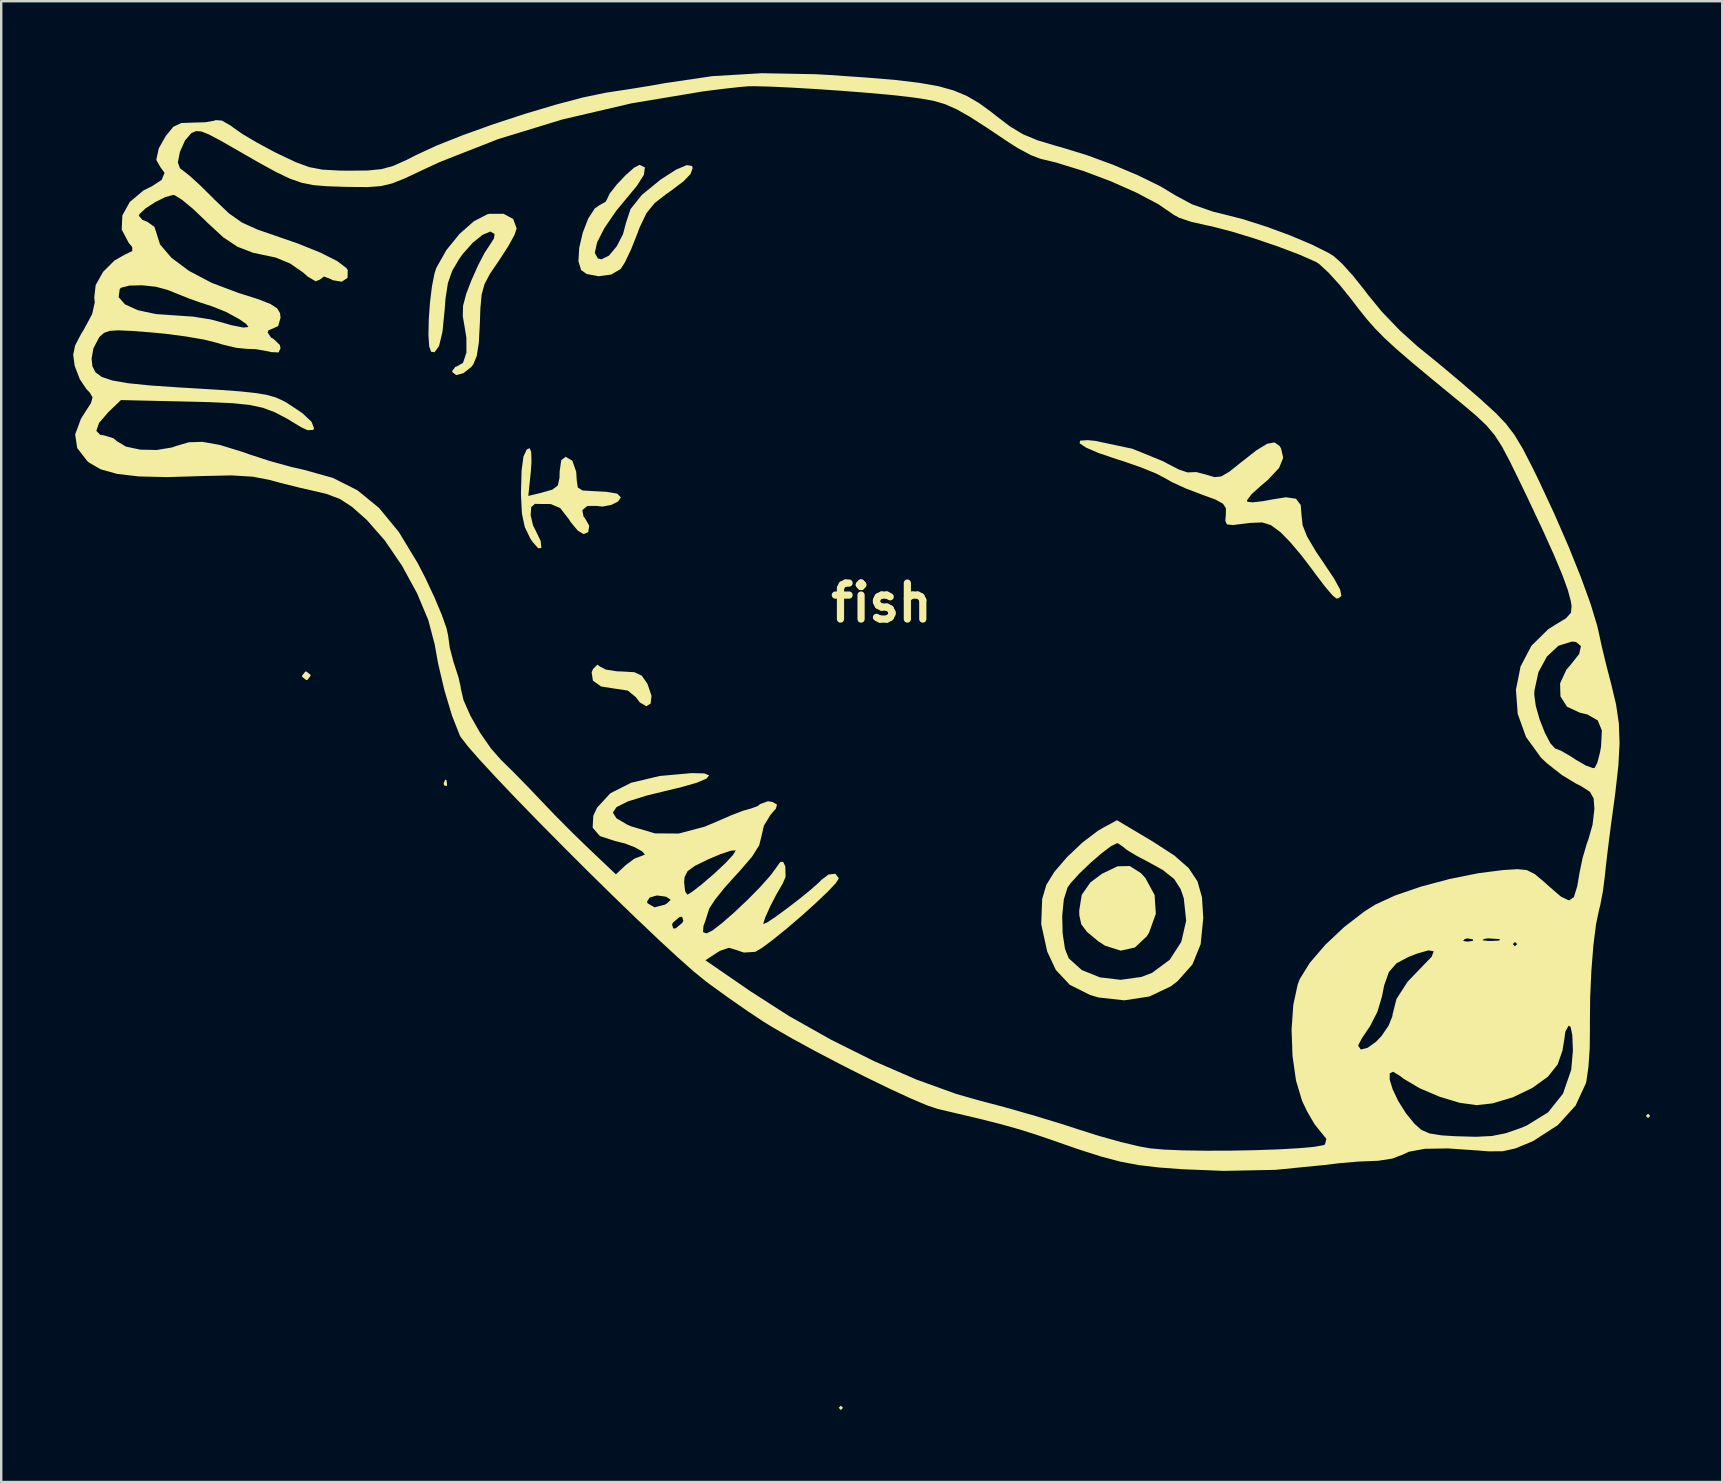
<source format=kicad_pcb>
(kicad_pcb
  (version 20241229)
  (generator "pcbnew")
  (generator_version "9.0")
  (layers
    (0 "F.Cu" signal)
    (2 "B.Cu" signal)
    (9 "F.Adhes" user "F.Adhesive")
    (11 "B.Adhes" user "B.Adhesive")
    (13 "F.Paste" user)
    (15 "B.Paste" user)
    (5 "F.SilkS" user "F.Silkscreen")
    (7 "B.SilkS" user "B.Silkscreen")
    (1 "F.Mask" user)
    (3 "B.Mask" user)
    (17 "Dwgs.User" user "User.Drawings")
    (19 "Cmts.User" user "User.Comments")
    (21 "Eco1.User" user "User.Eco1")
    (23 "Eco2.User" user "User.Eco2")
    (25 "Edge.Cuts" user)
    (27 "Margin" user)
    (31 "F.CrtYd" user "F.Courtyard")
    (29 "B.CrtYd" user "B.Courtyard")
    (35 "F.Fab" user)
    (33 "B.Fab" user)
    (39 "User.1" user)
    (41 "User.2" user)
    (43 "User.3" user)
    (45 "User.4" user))
  (footprint "fish"
    (layer "F.Cu")
    (at 33.679 22.062)
    (property "Reference" "fish" (at 0 0 0) (layer "F.SilkS") (effects (font (size 1.5 1.5) (thickness 0.3))))
    (attr board_only exclude_from_pos_files exclude_from_bom)
    (fp_poly (pts (xy -1.61 33.539) (xy -1.699 33.628) (xy -1.789 33.539) (xy -1.699 33.449)) (stroke (width 0) (type solid)) (fill yes) (layer "F.SilkS"))
    (fp_poly (pts (xy 32.018 21.375) (xy 31.929 21.465) (xy 31.839 21.375) (xy 31.929 21.286)) (stroke (width 0) (type solid)) (fill yes) (layer "F.SilkS"))
    (fp_poly (pts (xy -18.126 7.393) (xy -18.104 7.606) (xy -18.126 7.632) (xy -18.232 7.607) (xy -18.245 7.513) (xy -18.18 7.365)) (stroke (width 0) (type solid)) (fill yes) (layer "F.SilkS"))
    (fp_poly (pts (xy -23.795 2.998) (xy -23.79 3.041) (xy -23.926 3.215) (xy -23.969 3.22) (xy -24.143 3.084) (xy -24.148 3.041) (xy -24.012 2.867) (xy -23.969 2.862)) (stroke (width 0) (type solid)) (fill yes) (layer "F.SilkS"))
    (fp_poly (pts (xy 10.803 11.264) (xy 10.985 11.462) (xy 11.371 12.174) (xy 11.423 12.956) (xy 11.14 13.746) (xy 11.045 13.895) (xy 10.553 14.36) (xy 9.96 14.492) (xy 9.305 14.286) (xy 9.013 14.092) (xy 8.552 13.708) (xy 8.318 13.394) (xy 8.237 13.029) (xy 8.231 12.822) (xy 8.336 12.168) (xy 8.697 11.649) (xy 9.186 11.285) (xy 9.828 10.978) (xy 10.34 10.968)) (stroke (width 0) (type solid)) (fill yes) (layer "F.SilkS"))
    (fp_poly (pts (xy -11.73 2.66) (xy -11.489 2.783) (xy -11.03 2.855) (xy -10.816 2.862) (xy -10.298 2.893) (xy -9.996 3.033) (xy -9.772 3.353) (xy -9.746 3.404) (xy -9.587 3.879) (xy -9.624 4.2) (xy -9.804 4.31) (xy -10.075 4.15) (xy -10.237 3.935) (xy -10.576 3.657) (xy -11.111 3.577) (xy -11.688 3.487) (xy -12.028 3.244) (xy -12.081 2.896) (xy -12.023 2.759) (xy -11.841 2.577)) (stroke (width 0) (type solid)) (fill yes) (layer "F.SilkS"))
    (fp_poly (pts (xy -9.863 -18.135) (xy -9.903 -17.83) (xy -10.195 -17.37) (xy -10.378 -17.151) (xy -11.051 -16.338) (xy -11.548 -15.613) (xy -11.853 -15.014) (xy -11.95 -14.578) (xy -11.821 -14.342) (xy -11.665 -14.31) (xy -11.358 -14.464) (xy -11.036 -14.851) (xy -10.774 -15.356) (xy -10.653 -15.818) (xy -10.461 -16.401) (xy -9.991 -16.991) (xy -9.21 -17.629) (xy -9.192 -17.642) (xy -8.566 -18.043) (xy -8.123 -18.232) (xy -7.896 -18.199) (xy -7.873 -18.111) (xy -7.961 -17.863) (xy -8.25 -17.561) (xy -8.79 -17.154) (xy -8.961 -17.036) (xy -9.459 -16.65) (xy -9.798 -16.231) (xy -10.077 -15.647) (xy -10.189 -15.349) (xy -10.44 -14.717) (xy -10.692 -14.19) (xy -10.87 -13.907) (xy -11.267 -13.674) (xy -11.794 -13.603) (xy -12.288 -13.698) (xy -12.52 -13.861) (xy -12.632 -14.231) (xy -12.598 -14.79) (xy -12.451 -15.42) (xy -12.225 -16.005) (xy -11.951 -16.428) (xy -11.761 -16.56) (xy -11.497 -16.708) (xy -11.448 -16.797) (xy -11.328 -17.05) (xy -11.034 -17.424) (xy -10.663 -17.817) (xy -10.313 -18.125) (xy -10.084 -18.245)) (stroke (width 0) (type solid)) (fill yes) (layer "F.SilkS"))
    (fp_poly (pts (xy -14.598 -6.279) (xy -14.588 -5.864) (xy -14.617 -5.446) (xy -14.72 -4.452) (xy -14.202 -4.576) (xy -13.718 -4.713) (xy -13.489 -4.887) (xy -13.42 -5.206) (xy -13.415 -5.466) (xy -13.348 -5.937) (xy -13.166 -6.082) (xy -12.885 -5.918) (xy -12.726 -5.462) (xy -12.7 -5.083) (xy -12.657 -4.802) (xy -12.462 -4.679) (xy -12.014 -4.651) (xy -11.999 -4.651) (xy -11.467 -4.623) (xy -11.056 -4.555) (xy -11.007 -4.539) (xy -10.864 -4.392) (xy -10.98 -4.22) (xy -11.266 -4.075) (xy -11.632 -4.009) (xy -11.868 -4.034) (xy -12.26 -4.034) (xy -12.47 -3.86) (xy -12.419 -3.592) (xy -12.362 -3.526) (xy -12.181 -3.21) (xy -12.223 -2.946) (xy -12.414 -2.862) (xy -12.656 -3.004) (xy -12.951 -3.357) (xy -13.034 -3.488) (xy -13.39 -3.945) (xy -13.776 -4.11) (xy -13.857 -4.114) (xy -14.253 -4.117) (xy -14.444 -4.121) (xy -14.598 -3.988) (xy -14.623 -3.649) (xy -14.525 -3.229) (xy -14.394 -2.968) (xy -14.205 -2.574) (xy -14.176 -2.286) (xy -14.305 -2.269) (xy -14.539 -2.53) (xy -14.639 -2.683) (xy -14.866 -3.153) (xy -14.985 -3.709) (xy -15.024 -4.478) (xy -15.025 -4.591) (xy -15 -5.504) (xy -14.922 -6.094) (xy -14.783 -6.39) (xy -14.661 -6.439)) (stroke (width 0) (type solid)) (fill yes) (layer "F.SilkS"))
    (fp_poly (pts (xy 11.297 9.948) (xy 12.186 10.523) (xy 12.79 11.051) (xy 13.16 11.608) (xy 13.346 12.272) (xy 13.398 13.118) (xy 13.398 13.147) (xy 13.291 14.221) (xy 12.946 15.069) (xy 12.331 15.761) (xy 12.043 15.981) (xy 11.149 16.404) (xy 10.11 16.562) (xy 9.035 16.443) (xy 8.683 16.339) (xy 7.84 15.916) (xy 7.255 15.293) (xy 6.896 14.524) (xy 6.649 13.394) (xy 6.662 13.038) (xy 7.523 13.038) (xy 7.54 13.77) (xy 7.638 14.417) (xy 7.795 14.812) (xy 8.338 15.3) (xy 9.093 15.605) (xy 9.955 15.707) (xy 10.819 15.588) (xy 11.263 15.419) (xy 12.001 14.873) (xy 12.484 14.125) (xy 12.687 13.245) (xy 12.587 12.305) (xy 12.459 11.932) (xy 12.188 11.51) (xy 11.709 11.129) (xy 11.162 10.826) (xy 10.614 10.536) (xy 10.212 10.293) (xy 10.047 10.157) (xy 9.842 10.02) (xy 9.806 10.017) (xy 9.562 10.135) (xy 9.16 10.437) (xy 8.688 10.847) (xy 8.231 11.286) (xy 7.876 11.678) (xy 7.743 11.866) (xy 7.59 12.357) (xy 7.523 13.038) (xy 6.662 13.038) (xy 6.687 12.344) (xy 6.86 11.755) (xy 7.19 11.217) (xy 7.725 10.594) (xy 8.364 9.989) (xy 9.007 9.501) (xy 9.227 9.371) (xy 9.805 9.059)) (stroke (width 0) (type solid)) (fill yes) (layer "F.SilkS"))
    (fp_poly (pts (xy -15.349 -15.987) (xy -15.204 -15.593) (xy -15.302 -15.313) (xy -15.56 -14.845) (xy -15.923 -14.285) (xy -15.951 -14.245) (xy -16.319 -13.702) (xy -16.543 -13.277) (xy -16.663 -12.845) (xy -16.716 -12.277) (xy -16.737 -11.678) (xy -16.78 -10.843) (xy -16.866 -10.288) (xy -17.01 -9.935) (xy -17.092 -9.828) (xy -17.425 -9.565) (xy -17.725 -9.484) (xy -17.882 -9.609) (xy -17.887 -9.659) (xy -17.756 -9.833) (xy -17.715 -9.838) (xy -17.44 -9.996) (xy -17.297 -10.423) (xy -17.3 -11.051) (xy -17.36 -11.415) (xy -17.449 -11.94) (xy -17.438 -12.374) (xy -17.308 -12.865) (xy -17.093 -13.424) (xy -16.815 -14.052) (xy -16.542 -14.578) (xy -16.349 -14.867) (xy -16.149 -15.182) (xy -16.125 -15.367) (xy -16.302 -15.466) (xy -16.626 -15.328) (xy -17.031 -15.003) (xy -17.446 -14.539) (xy -17.598 -14.327) (xy -17.892 -13.826) (xy -18.069 -13.32) (xy -18.169 -12.672) (xy -18.206 -12.183) (xy -18.298 -11.278) (xy -18.44 -10.692) (xy -18.627 -10.438) (xy -18.771 -10.458) (xy -18.85 -10.683) (xy -18.88 -11.166) (xy -18.866 -11.809) (xy -18.815 -12.515) (xy -18.733 -13.187) (xy -18.625 -13.73) (xy -18.552 -13.952) (xy -18.132 -14.694) (xy -17.582 -15.37) (xy -16.987 -15.895) (xy -16.427 -16.185) (xy -16.347 -16.204) (xy -15.752 -16.206)) (stroke (width 0) (type solid)) (fill yes) (layer "F.SilkS"))
    (fp_poly (pts (xy 8.899 -6.745) (xy 10.446 -6.417) (xy 11.744 -5.888) (xy 11.913 -5.793) (xy 12.388 -5.55) (xy 12.742 -5.431) (xy 12.847 -5.436) (xy 13.109 -5.446) (xy 13.527 -5.337) (xy 13.55 -5.328) (xy 13.871 -5.234) (xy 14.144 -5.263) (xy 14.475 -5.454) (xy 14.962 -5.841) (xy 15.612 -6.351) (xy 16.063 -6.625) (xy 16.367 -6.681) (xy 16.574 -6.537) (xy 16.639 -6.433) (xy 16.729 -6.039) (xy 16.559 -5.62) (xy 16.099 -5.127) (xy 15.791 -4.867) (xy 15.421 -4.533) (xy 15.229 -4.285) (xy 15.225 -4.213) (xy 15.45 -4.183) (xy 15.895 -4.234) (xy 16.154 -4.285) (xy 16.843 -4.396) (xy 17.261 -4.335) (xy 17.459 -4.074) (xy 17.494 -3.64) (xy 17.538 -3.23) (xy 17.726 -2.756) (xy 18.093 -2.136) (xy 18.383 -1.707) (xy 18.848 -1.011) (xy 19.1 -0.551) (xy 19.153 -0.289) (xy 19.022 -0.185) (xy 18.94 -0.179) (xy 18.777 -0.315) (xy 18.471 -0.675) (xy 18.08 -1.189) (xy 17.975 -1.335) (xy 17.498 -1.963) (xy 17.015 -2.534) (xy 16.623 -2.934) (xy 16.595 -2.957) (xy 16.21 -3.239) (xy 15.848 -3.349) (xy 15.347 -3.327) (xy 15.16 -3.303) (xy 14.639 -3.24) (xy 14.387 -3.264) (xy 14.318 -3.413) (xy 14.339 -3.663) (xy 14.343 -3.936) (xy 14.223 -4.128) (xy 13.905 -4.301) (xy 13.326 -4.512) (xy 12.675 -4.761) (xy 12.101 -5.023) (xy 11.805 -5.193) (xy 11.433 -5.387) (xy 10.824 -5.633) (xy 10.089 -5.891) (xy 9.793 -5.984) (xy 9.035 -6.24) (xy 8.513 -6.467) (xy 8.249 -6.644) (xy 8.266 -6.754) (xy 8.586 -6.776)) (stroke (width 0) (type solid)) (fill yes) (layer "F.SilkS"))
    (fp_poly (pts (xy -2.739 -22.02) (xy -2.236 -21.991) (xy -0.679 -21.885) (xy 0.572 -21.78) (xy 1.568 -21.662) (xy 2.363 -21.521) (xy 3.006 -21.342) (xy 3.55 -21.114) (xy 4.047 -20.825) (xy 4.547 -20.461) (xy 4.74 -20.308) (xy 5.351 -19.843) (xy 5.891 -19.518) (xy 6.492 -19.268) (xy 7.287 -19.029) (xy 7.476 -18.978) (xy 8.525 -18.658) (xy 9.636 -18.249) (xy 10.704 -17.797) (xy 11.626 -17.344) (xy 12.256 -16.963) (xy 12.935 -16.599) (xy 13.803 -16.295) (xy 14.202 -16.198) (xy 15.057 -15.98) (xy 16.029 -15.669) (xy 17.015 -15.306) (xy 17.91 -14.929) (xy 18.61 -14.58) (xy 18.841 -14.436) (xy 19.183 -14.127) (xy 19.642 -13.619) (xy 20.129 -13.008) (xy 20.248 -12.847) (xy 20.845 -12.12) (xy 21.59 -11.344) (xy 22.333 -10.674) (xy 22.425 -10.6) (xy 23.178 -9.989) (xy 24.037 -9.27) (xy 24.843 -8.577) (xy 25.017 -8.423) (xy 25.579 -7.909) (xy 26.007 -7.461) (xy 26.364 -6.994) (xy 26.709 -6.42) (xy 27.104 -5.654) (xy 27.373 -5.104) (xy 28.025 -3.705) (xy 28.62 -2.338) (xy 29.131 -1.067) (xy 29.535 0.046) (xy 29.805 0.936) (xy 29.878 1.252) (xy 30.005 1.837) (xy 30.19 2.602) (xy 30.393 3.384) (xy 30.397 3.399) (xy 30.597 4.24) (xy 30.712 5.025) (xy 30.742 5.848) (xy 30.691 6.799) (xy 30.558 7.973) (xy 30.487 8.496) (xy 30.364 9.404) (xy 30.253 10.281) (xy 30.168 11.006) (xy 30.133 11.349) (xy 30.051 12.002) (xy 29.937 12.602) (xy 29.89 12.78) (xy 29.762 13.392) (xy 29.652 14.269) (xy 29.568 15.318) (xy 29.517 16.445) (xy 29.506 17.558) (xy 29.508 17.735) (xy 29.499 18.552) (xy 29.446 19.328) (xy 29.362 19.921) (xy 29.339 20.018) (xy 28.909 20.948) (xy 28.172 21.759) (xy 27.169 22.407) (xy 27.031 22.472) (xy 26.401 22.731) (xy 25.877 22.849) (xy 25.277 22.853) (xy 24.863 22.819) (xy 23.588 22.731) (xy 22.631 22.747) (xy 21.966 22.869) (xy 21.695 22.995) (xy 21.272 23.155) (xy 20.687 23.246) (xy 20.477 23.254) (xy 19.846 23.28) (xy 19.059 23.348) (xy 18.458 23.421) (xy 16.405 23.624) (xy 14.25 23.667) (xy 12.521 23.598) (xy 11.546 23.525) (xy 10.725 23.428) (xy 9.959 23.284) (xy 9.148 23.071) (xy 8.194 22.766) (xy 7.143 22.4) (xy 6.423 22.153) (xy 5.728 21.935) (xy 4.972 21.723) (xy 4.071 21.495) (xy 2.942 21.228) (xy 2.337 21.088) (xy 1.891 20.937) (xy 1.197 20.642) (xy 0.321 20.237) (xy -0.674 19.754) (xy -1.723 19.224) (xy -2.761 18.68) (xy -3.724 18.155) (xy -4.547 17.681) (xy -4.921 17.451) (xy -5.583 17.012) (xy -6.379 16.458) (xy -7.161 15.893) (xy -7.332 15.765) (xy -7.825 15.363) (xy -8.498 14.767) (xy -9.313 14.013) (xy -9.954 13.404) (xy -8.731 13.404) (xy -8.682 13.571) (xy -8.575 13.561) (xy -8.304 13.334) (xy -8.262 13.248) (xy -8.311 13.081) (xy -8.418 13.091) (xy -8.689 13.318) (xy -8.731 13.404) (xy -9.954 13.404) (xy -10.237 13.136) (xy -10.946 12.45) (xy -9.775 12.45) (xy -9.749 12.52) (xy -9.461 12.688) (xy -9.034 12.578) (xy -8.949 12.528) (xy -8.787 12.376) (xy -8.956 12.258) (xy -8.993 12.243) (xy -9.356 12.192) (xy -9.659 12.276) (xy -9.775 12.45) (xy -10.946 12.45) (xy -11.233 12.172) (xy -11.761 11.652) (xy -8.228 11.652) (xy -8.187 12.017) (xy -8.094 12.161) (xy -7.904 12.05) (xy -7.527 11.757) (xy -7.041 11.342) (xy -6.976 11.285) (xy -6.514 10.852) (xy -6.196 10.51) (xy -6.082 10.324) (xy -6.087 10.313) (xy -6.286 10.33) (xy -6.71 10.471) (xy -7.205 10.679) (xy -7.774 10.956) (xy -8.084 11.181) (xy -8.209 11.425) (xy -8.228 11.652) (xy -11.761 11.652) (xy -12.266 11.157) (xy -13.299 10.125) (xy -14.299 9.114) (xy -15.228 8.158) (xy -16.051 7.293) (xy -16.733 6.555) (xy -17.238 5.979) (xy -17.53 5.601) (xy -17.574 5.525) (xy -17.896 4.706) (xy -18.21 3.663) (xy -18.477 2.53) (xy -18.622 1.725) (xy -18.885 0.725) (xy -19.357 -0.401) (xy -19.981 -1.543) (xy -20.696 -2.594) (xy -21.442 -3.444) (xy -21.465 -3.466) (xy -22.061 -3.994) (xy -22.565 -4.323) (xy -23.114 -4.531) (xy -23.522 -4.63) (xy -24.297 -4.807) (xy -25.099 -5.009) (xy -25.49 -5.116) (xy -26.192 -5.253) (xy -27.083 -5.307) (xy -28.245 -5.282) (xy -28.263 -5.281) (xy -29.758 -5.236) (xy -30.942 -5.263) (xy -31.853 -5.37) (xy -32.532 -5.559) (xy -33.016 -5.838) (xy -33.098 -5.909) (xy -33.513 -6.448) (xy -33.598 -7.015) (xy -33.357 -7.664) (xy -33.2 -7.914) (xy -32.94 -8.318) (xy -32.873 -8.555) (xy -32.987 -8.755) (xy -33.124 -8.896) (xy -33.404 -9.313) (xy -33.611 -9.853) (xy -33.621 -9.897) (xy -33.659 -10.18) (xy -32.913 -10.18) (xy -32.88 -9.855) (xy -32.752 -9.602) (xy -32.489 -9.408) (xy -32.048 -9.26) (xy -31.388 -9.146) (xy -30.466 -9.053) (xy -29.241 -8.97) (xy -28.8 -8.944) (xy -27.613 -8.872) (xy -26.724 -8.807) (xy -26.071 -8.738) (xy -25.596 -8.656) (xy -25.238 -8.553) (xy -24.938 -8.418) (xy -24.768 -8.323) (xy -24.137 -7.905) (xy -23.751 -7.541) (xy -23.645 -7.271) (xy -23.683 -7.202) (xy -23.91 -7.19) (xy -24.169 -7.306) (xy -24.778 -7.675) (xy -25.292 -7.943) (xy -25.79 -8.127) (xy -26.35 -8.245) (xy -27.052 -8.316) (xy -27.974 -8.358) (xy -28.858 -8.381) (xy -31.691 -8.445) (xy -32.212 -7.945) (xy -32.603 -7.492) (xy -32.717 -7.163) (xy -32.547 -6.992) (xy -32.398 -6.976) (xy -32.006 -6.854) (xy -31.859 -6.732) (xy -31.481 -6.506) (xy -30.887 -6.38) (xy -30.205 -6.365) (xy -29.565 -6.47) (xy -29.386 -6.534) (xy -28.864 -6.687) (xy -28.287 -6.704) (xy -27.578 -6.577) (xy -26.657 -6.296) (xy -26.294 -6.168) (xy -25.486 -5.905) (xy -24.614 -5.664) (xy -24.058 -5.537) (xy -22.865 -5.204) (xy -21.84 -4.688) (xy -20.938 -3.951) (xy -20.115 -2.952) (xy -19.327 -1.652) (xy -19.005 -1.026) (xy -18.632 -0.23) (xy -18.327 0.495) (xy -18.125 1.065) (xy -18.058 1.377) (xy -17.991 1.875) (xy -17.835 2.47) (xy -17.793 2.594) (xy -17.629 3.105) (xy -17.537 3.504) (xy -17.531 3.577) (xy -17.417 4.061) (xy -17.13 4.709) (xy -16.729 5.415) (xy -16.274 6.071) (xy -15.868 6.532) (xy -15.342 7.05) (xy -14.72 7.685) (xy -14.201 8.231) (xy -13.6 8.858) (xy -12.885 9.577) (xy -12.208 10.235) (xy -12.179 10.262) (xy -11.071 11.313) (xy -10.666 10.933) (xy -10.3 10.66) (xy -10.005 10.548) (xy -9.861 10.489) (xy -9.979 10.354) (xy -10.283 10.185) (xy -10.698 10.026) (xy -11.109 9.924) (xy -11.738 9.718) (xy -12.039 9.369) (xy -12.013 8.876) (xy -11.852 8.532) (xy -11.302 7.936) (xy -10.435 7.498) (xy -9.25 7.216) (xy -7.918 7.096) (xy -7.387 7.108) (xy -7.187 7.19) (xy -7.297 7.325) (xy -7.701 7.497) (xy -8.381 7.691) (xy -8.64 7.751) (xy -9.779 8.028) (xy -10.576 8.277) (xy -11.044 8.511) (xy -11.197 8.742) (xy -11.047 8.979) (xy -10.609 9.236) (xy -10.447 9.309) (xy -9.447 9.606) (xy -8.45 9.613) (xy -7.372 9.327) (xy -6.887 9.123) (xy -6.277 8.857) (xy -5.779 8.665) (xy -5.495 8.586) (xy -5.487 8.586) (xy -5.164 8.47) (xy -5.056 8.383) (xy -4.735 8.267) (xy -4.546 8.299) (xy -4.359 8.407) (xy -4.404 8.573) (xy -4.624 8.826) (xy -4.904 9.282) (xy -5.008 9.731) (xy -5.101 10.105) (xy -5.401 10.58) (xy -5.944 11.211) (xy -6.056 11.329) (xy -6.55 11.879) (xy -6.944 12.372) (xy -7.172 12.723) (xy -7.198 12.789) (xy -7.345 13.255) (xy -7.422 13.46) (xy -7.442 13.721) (xy -7.289 13.773) (xy -7.048 13.652) (xy -6.634 13.332) (xy -6.116 12.878) (xy -5.564 12.355) (xy -5.046 11.827) (xy -4.631 11.36) (xy -4.43 11.09) (xy -4.223 10.798) (xy -4.105 10.792) (xy -4.013 10.98) (xy -4.002 11.419) (xy -4.119 11.695) (xy -4.386 12.151) (xy -4.642 12.649) (xy -4.839 13.084) (xy -4.926 13.349) (xy -4.921 13.383) (xy -4.763 13.313) (xy -4.408 13.076) (xy -3.937 12.731) (xy -3.429 12.34) (xy -2.964 11.962) (xy -2.62 11.659) (xy -2.513 11.548) (xy -2.211 11.319) (xy -1.928 11.289) (xy -1.791 11.468) (xy -1.79 11.493) (xy -1.92 11.692) (xy -2.266 12.057) (xy -2.765 12.53) (xy -3.35 13.056) (xy -3.959 13.577) (xy -4.527 14.037) (xy -4.988 14.379) (xy -5.264 14.542) (xy -5.742 14.572) (xy -6.01 14.479) (xy -6.364 14.372) (xy -6.733 14.499) (xy -6.869 14.583) (xy -7.342 14.893) (xy -5.465 16.185) (xy -3.852 17.22) (xy -2.103 18.205) (xy -0.306 19.1) (xy 1.454 19.864) (xy 3.09 20.456) (xy 4.03 20.725) (xy 5.126 21.014) (xy 6.347 21.362) (xy 7.513 21.717) (xy 8.139 21.921) (xy 9.051 22.209) (xy 9.963 22.464) (xy 10.753 22.652) (xy 11.18 22.728) (xy 11.78 22.781) (xy 12.587 22.814) (xy 13.533 22.827) (xy 14.552 22.824) (xy 15.578 22.804) (xy 16.542 22.77) (xy 17.378 22.723) (xy 18.02 22.665) (xy 18.401 22.597) (xy 18.469 22.565) (xy 18.528 22.334) (xy 18.299 22.053) (xy 18.03 21.714) (xy 17.719 21.177) (xy 17.516 20.749) (xy 17.263 19.905) (xy 17.258 19.868) (xy 21.166 19.868) (xy 21.291 20.272) (xy 21.522 20.758) (xy 21.844 21.269) (xy 22.2 21.706) (xy 22.485 21.958) (xy 22.827 22.108) (xy 23.335 22.188) (xy 23.88 22.222) (xy 24.766 22.247) (xy 25.427 22.213) (xy 25.995 22.1) (xy 26.6 21.891) (xy 26.873 21.779) (xy 27.764 21.229) (xy 28.386 20.449) (xy 28.729 19.454) (xy 28.799 18.651) (xy 28.773 18.01) (xy 28.702 17.664) (xy 28.62 17.619) (xy 28.483 17.865) (xy 28.441 18.184) (xy 28.363 18.656) (xy 28.174 19.198) (xy 28.152 19.247) (xy 27.755 19.746) (xy 27.103 20.214) (xy 26.301 20.601) (xy 25.45 20.855) (xy 24.782 20.928) (xy 24.082 20.831) (xy 23.242 20.577) (xy 22.413 20.224) (xy 21.741 19.826) (xy 21.61 19.722) (xy 21.309 19.536) (xy 21.167 19.603) (xy 21.166 19.868) (xy 17.258 19.868) (xy 17.117 18.876) (xy 17.102 18.459) (xy 19.855 18.459) (xy 19.965 18.612) (xy 20.242 18.542) (xy 20.601 18.284) (xy 20.823 18.052) (xy 21.123 17.612) (xy 21.279 17.217) (xy 21.286 17.149) (xy 21.448 16.506) (xy 21.913 15.785) (xy 22.527 15.146) (xy 22.916 14.743) (xy 22.999 14.519) (xy 22.783 14.479) (xy 22.271 14.626) (xy 21.94 14.757) (xy 21.444 15.024) (xy 21.131 15.385) (xy 20.935 15.94) (xy 20.847 16.394) (xy 20.653 17.041) (xy 20.339 17.654) (xy 20.289 17.726) (xy 20.016 18.129) (xy 19.865 18.414) (xy 19.855 18.459) (xy 17.102 18.459) (xy 17.078 17.784) (xy 17.15 16.749) (xy 17.336 15.893) (xy 17.421 15.672) (xy 17.837 15) (xy 18.482 14.25) (xy 18.513 14.22) (xy 26.294 14.22) (xy 26.384 14.31) (xy 26.473 14.22) (xy 26.384 14.131) (xy 26.294 14.22) (xy 18.513 14.22) (xy 18.654 14.088) (xy 24.225 14.088) (xy 24.401 14.117) (xy 24.633 14.084) (xy 24.634 14.06) (xy 25.031 14.06) (xy 25.279 14.088) (xy 25.4 14.089) (xy 25.725 14.071) (xy 25.764 14.024) (xy 25.713 14.008) (xy 25.259 13.98) (xy 25.087 14.008) (xy 25.031 14.06) (xy 24.634 14.06) (xy 24.636 14.023) (xy 24.397 13.98) (xy 24.293 14.009) (xy 24.225 14.088) (xy 18.654 14.088) (xy 19.27 13.508) (xy 20.112 12.859) (xy 20.57 12.572) (xy 21.392 12.193) (xy 22.457 11.828) (xy 23.653 11.509) (xy 24.867 11.265) (xy 25.871 11.137) (xy 26.476 11.097) (xy 26.876 11.135) (xy 27.211 11.302) (xy 27.62 11.646) (xy 27.807 11.817) (xy 28.307 12.246) (xy 28.634 12.401) (xy 28.841 12.26) (xy 28.981 11.801) (xy 29.068 11.284) (xy 29.204 10.624) (xy 29.39 9.997) (xy 29.442 9.861) (xy 29.617 9.246) (xy 29.693 8.597) (xy 29.693 8.58) (xy 29.662 8.15) (xy 29.509 7.877) (xy 29.146 7.64) (xy 28.927 7.532) (xy 28.335 7.172) (xy 27.717 6.686) (xy 27.474 6.457) (xy 26.845 5.592) (xy 26.498 4.624) (xy 26.441 3.839) (xy 27.189 3.839) (xy 27.252 4.301) (xy 27.413 4.862) (xy 27.63 5.414) (xy 27.859 5.853) (xy 28.059 6.073) (xy 28.095 6.082) (xy 28.324 6.175) (xy 28.722 6.408) (xy 28.901 6.526) (xy 29.328 6.777) (xy 29.638 6.888) (xy 29.704 6.88) (xy 29.817 6.662) (xy 29.931 6.218) (xy 29.971 5.986) (xy 30.005 5.319) (xy 29.832 4.899) (xy 29.406 4.655) (xy 29.078 4.575) (xy 28.555 4.332) (xy 28.279 3.898) (xy 28.264 3.357) (xy 28.525 2.791) (xy 28.709 2.577) (xy 29.062 2.13) (xy 29.133 1.801) (xy 28.922 1.63) (xy 28.754 1.616) (xy 28.197 1.789) (xy 27.715 2.24) (xy 27.362 2.89) (xy 27.195 3.659) (xy 27.189 3.839) (xy 26.441 3.839) (xy 26.425 3.622) (xy 26.618 2.654) (xy 27.071 1.789) (xy 27.777 1.096) (xy 28.058 0.92) (xy 28.513 0.644) (xy 28.718 0.415) (xy 28.742 0.125) (xy 28.712 -0.064) (xy 28.589 -0.525) (xy 28.36 -1.157) (xy 28.01 -1.993) (xy 27.525 -3.067) (xy 26.891 -4.411) (xy 26.625 -4.964) (xy 26.193 -5.848) (xy 25.854 -6.492) (xy 25.543 -6.979) (xy 25.197 -7.389) (xy 24.755 -7.806) (xy 24.154 -8.312) (xy 23.918 -8.505) (xy 22.872 -9.365) (xy 22.057 -10.044) (xy 21.429 -10.587) (xy 20.94 -11.038) (xy 20.545 -11.439) (xy 20.198 -11.835) (xy 19.851 -12.27) (xy 19.6 -12.601) (xy 19.098 -13.226) (xy 18.615 -13.758) (xy 18.226 -14.115) (xy 18.1 -14.198) (xy 17.42 -14.499) (xy 16.519 -14.84) (xy 15.521 -15.18) (xy 14.553 -15.475) (xy 13.742 -15.684) (xy 13.52 -15.729) (xy 12.899 -15.871) (xy 12.397 -16.039) (xy 12.178 -16.158) (xy 11.525 -16.606) (xy 10.615 -17.087) (xy 9.542 -17.562) (xy 8.398 -17.992) (xy 7.277 -18.338) (xy 6.618 -18.496) (xy 6.224 -18.647) (xy 5.683 -18.936) (xy 5.301 -19.177) (xy 4.373 -19.8) (xy 3.668 -20.252) (xy 3.112 -20.566) (xy 2.635 -20.775) (xy 2.163 -20.912) (xy 1.626 -21.008) (xy 1.125 -21.076) (xy 0.38 -21.158) (xy -0.564 -21.243) (xy -1.623 -21.326) (xy -2.711 -21.401) (xy -3.744 -21.462) (xy -4.637 -21.504) (xy -5.305 -21.521) (xy -5.545 -21.518) (xy -5.933 -21.485) (xy -6.554 -21.416) (xy -7.285 -21.325) (xy -7.423 -21.307) (xy -10.42 -20.807) (xy -13.295 -20.137) (xy -15.984 -19.314) (xy -18.419 -18.357) (xy -19.139 -18.023) (xy -19.855 -17.685) (xy -20.387 -17.472) (xy -20.862 -17.359) (xy -21.407 -17.319) (xy -22.147 -17.324) (xy -22.407 -17.33) (xy -23.115 -17.353) (xy -23.675 -17.4) (xy -24.165 -17.499) (xy -24.663 -17.675) (xy -25.247 -17.955) (xy -25.995 -18.367) (xy -26.831 -18.848) (xy -27.555 -19.262) (xy -28.039 -19.517) (xy -28.351 -19.638) (xy -28.56 -19.651) (xy -28.732 -19.579) (xy -28.766 -19.558) (xy -29.019 -19.263) (xy -29.226 -18.805) (xy -29.235 -18.776) (xy -29.32 -18.343) (xy -29.23 -18.1) (xy -29.084 -17.99) (xy -28.808 -17.772) (xy -28.373 -17.374) (xy -27.869 -16.876) (xy -27.798 -16.802) (xy -27.194 -16.225) (xy -26.646 -15.839) (xy -25.996 -15.546) (xy -25.535 -15.387) (xy -24.331 -14.971) (xy -23.37 -14.583) (xy -22.682 -14.236) (xy -22.3 -13.946) (xy -22.241 -13.853) (xy -22.251 -13.536) (xy -22.493 -13.377) (xy -22.859 -13.437) (xy -22.93 -13.477) (xy -23.232 -13.593) (xy -23.402 -13.464) (xy -23.577 -13.393) (xy -23.896 -13.581) (xy -24.114 -13.769) (xy -24.649 -14.138) (xy -25.242 -14.382) (xy -25.358 -14.407) (xy -26.192 -14.583) (xy -26.839 -14.834) (xy -27.427 -15.227) (xy -28.084 -15.83) (xy -28.174 -15.921) (xy -28.692 -16.414) (xy -29.143 -16.786) (xy -29.452 -16.979) (xy -29.508 -16.992) (xy -29.837 -16.904) (xy -30.264 -16.692) (xy -30.665 -16.431) (xy -30.915 -16.197) (xy -30.945 -16.122) (xy -30.796 -15.953) (xy -30.587 -15.868) (xy -30.296 -15.66) (xy -30.23 -15.461) (xy -30.061 -14.928) (xy -29.586 -14.372) (xy -28.853 -13.826) (xy -27.908 -13.327) (xy -26.798 -12.909) (xy -26.742 -12.892) (xy -25.956 -12.642) (xy -25.456 -12.444) (xy -25.178 -12.262) (xy -25.061 -12.06) (xy -25.042 -11.873) (xy -25.14 -11.53) (xy -25.311 -11.448) (xy -25.549 -11.348) (xy -25.579 -11.263) (xy -25.436 -11.046) (xy -25.311 -10.976) (xy -25.073 -10.74) (xy -25.042 -10.604) (xy -25.125 -10.429) (xy -25.427 -10.443) (xy -25.534 -10.47) (xy -26.066 -10.564) (xy -26.45 -10.579) (xy -26.877 -10.621) (xy -27.45 -10.756) (xy -27.681 -10.828) (xy -28.209 -10.96) (xy -28.973 -11.093) (xy -29.851 -11.208) (xy -30.388 -11.26) (xy -31.236 -11.326) (xy -31.803 -11.351) (xy -32.162 -11.327) (xy -32.387 -11.249) (xy -32.552 -11.109) (xy -32.6 -11.055) (xy -32.837 -10.601) (xy -32.913 -10.18) (xy -33.659 -10.18) (xy -33.679 -10.333) (xy -33.6 -10.722) (xy -33.346 -11.207) (xy -33.235 -11.386) (xy -32.892 -12.021) (xy -32.781 -12.511) (xy -32.801 -12.725) (xy -32.8 -12.734) (xy -31.787 -12.734) (xy -31.521 -12.432) (xy -30.989 -12.189) (xy -30.236 -12.028) (xy -29.412 -11.971) (xy -28.681 -11.921) (xy -27.97 -11.808) (xy -27.636 -11.721) (xy -27.094 -11.566) (xy -26.641 -11.475) (xy -26.563 -11.468) (xy -26.379 -11.49) (xy -26.469 -11.614) (xy -26.742 -11.806) (xy -27.311 -12.117) (xy -27.904 -12.354) (xy -28.433 -12.525) (xy -28.866 -12.682) (xy -28.888 -12.69) (xy -29.326 -12.866) (xy -29.746 -13.035) (xy -30.24 -13.167) (xy -30.811 -13.227) (xy -31.334 -13.215) (xy -31.681 -13.127) (xy -31.74 -13.074) (xy -31.787 -12.734) (xy -32.8 -12.734) (xy -32.743 -13.237) (xy -32.436 -13.785) (xy -31.961 -14.259) (xy -31.519 -14.509) (xy -31.217 -14.654) (xy -31.22 -14.818) (xy -31.369 -14.999) (xy -31.658 -15.545) (xy -31.633 -16.134) (xy -31.321 -16.7) (xy -30.749 -17.179) (xy -30.39 -17.358) (xy -29.994 -17.618) (xy -29.874 -17.911) (xy -30.051 -18.156) (xy -30.219 -18.451) (xy -30.114 -18.932) (xy -29.827 -19.44) (xy -29.511 -19.828) (xy -29.173 -19.987) (xy -28.693 -20.004) (xy -28.178 -20.018) (xy -27.805 -20.083) (xy -27.75 -20.108) (xy -27.486 -20.089) (xy -27.106 -19.871) (xy -27.034 -19.814) (xy -26.636 -19.535) (xy -26.028 -19.173) (xy -25.324 -18.795) (xy -25.135 -18.7) (xy -24.408 -18.356) (xy -23.845 -18.149) (xy -23.298 -18.045) (xy -22.618 -18.007) (xy -22.201 -18.001) (xy -21.413 -18.009) (xy -20.844 -18.064) (xy -20.352 -18.198) (xy -19.798 -18.445) (xy -19.403 -18.647) (xy -18.549 -19.043) (xy -17.447 -19.481) (xy -16.19 -19.932) (xy -14.872 -20.365) (xy -13.586 -20.749) (xy -12.426 -21.055) (xy -11.484 -21.251) (xy -11.358 -21.27) (xy -10.533 -21.395) (xy -9.712 -21.528) (xy -9.065 -21.642) (xy -9.033 -21.648) (xy -7.052 -21.94) (xy -4.99 -22.062)) (stroke (width 0) (type solid)) (fill yes) (layer "F.SilkS")))
  (gr_rect
    (start -3 -3)
    (end 68.698 58.691)
    (stroke (width 0.1) (type default))
    (fill no)
    (layer "Edge.Cuts")))
</source>
